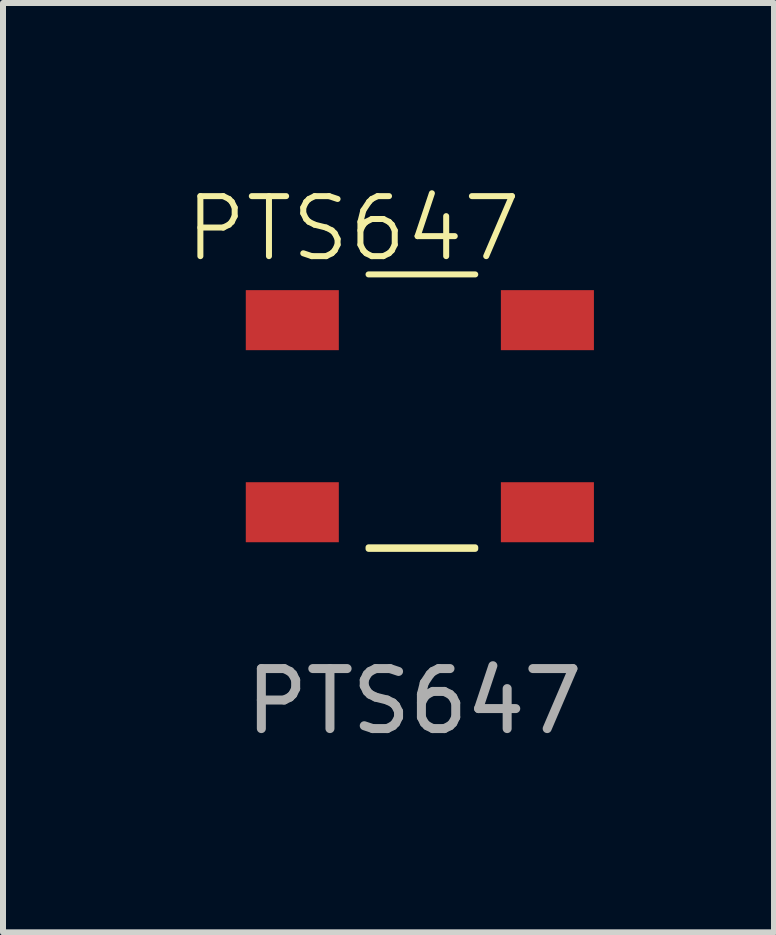
<source format=kicad_pcb>
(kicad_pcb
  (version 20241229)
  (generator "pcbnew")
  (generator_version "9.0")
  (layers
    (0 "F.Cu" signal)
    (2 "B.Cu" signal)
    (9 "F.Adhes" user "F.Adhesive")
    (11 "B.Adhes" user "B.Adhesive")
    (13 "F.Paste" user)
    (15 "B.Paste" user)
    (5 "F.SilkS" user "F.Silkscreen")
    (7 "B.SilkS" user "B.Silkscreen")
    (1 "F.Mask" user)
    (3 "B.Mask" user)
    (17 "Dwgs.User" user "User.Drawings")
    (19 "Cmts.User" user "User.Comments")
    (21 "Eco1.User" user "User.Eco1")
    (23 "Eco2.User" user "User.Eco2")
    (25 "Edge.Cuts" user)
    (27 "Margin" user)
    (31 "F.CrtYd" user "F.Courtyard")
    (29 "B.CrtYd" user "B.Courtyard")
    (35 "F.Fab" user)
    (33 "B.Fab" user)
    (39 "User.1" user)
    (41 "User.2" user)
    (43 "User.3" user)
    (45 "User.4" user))
  (footprint "PTS647"
    (layer "F.Cu")
    (at 1.82 2.284)
    (property "Reference" "PTS647" (at 1.016 -1.524 0) (unlocked yes) (layer "F.SilkS") (effects (font (size 1 1) (thickness 0.1))))
    (attr smd)
    (fp_rect (start 1.27 -0.762) (end 3.048 -0.762) (stroke (width 0.1) (type default)) (fill no) (layer "F.SilkS"))
    (fp_rect (start 1.27 3.785) (end 3.048 3.81) (stroke (width 0.1) (type default)) (fill no) (layer "F.SilkS"))
    (fp_text user "${REFERENCE}" (at 2.032 6.35 0) (unlocked yes) (layer "F.Fab") (effects (font (size 1 1) (thickness 0.15))))
    (pad "1" smd rect (at 0 0) (size 1.55 1) (layers "F.Cu" "F.Mask"))
    (pad "2" smd rect (at 4.25 0) (size 1.55 1) (layers "F.Cu" "F.Mask"))
    (pad "3" smd rect (at 0 3.2) (size 1.55 1) (layers "F.Cu" "F.Mask"))
    (pad "4" smd rect (at 4.25 3.2) (size 1.55 1) (layers "F.Cu" "F.Mask")))
  (gr_rect
    (start -3 -3)
    (end 9.845 12.483)
    (stroke (width 0.1) (type default))
    (fill no)
    (layer "Edge.Cuts")))
</source>
